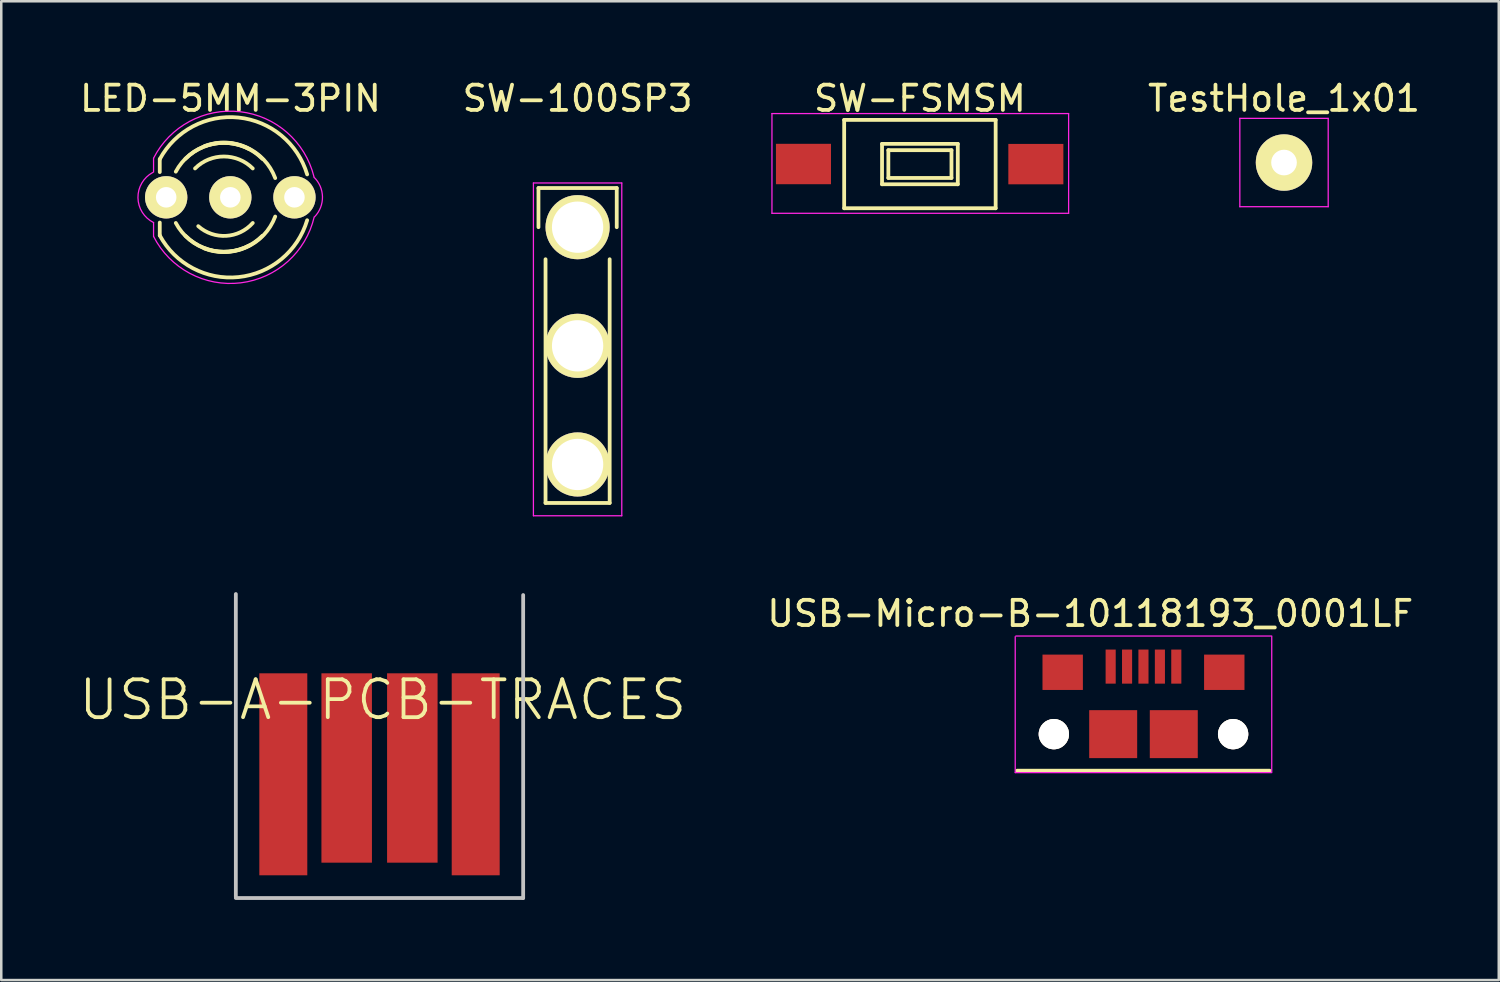
<source format=kicad_pcb>
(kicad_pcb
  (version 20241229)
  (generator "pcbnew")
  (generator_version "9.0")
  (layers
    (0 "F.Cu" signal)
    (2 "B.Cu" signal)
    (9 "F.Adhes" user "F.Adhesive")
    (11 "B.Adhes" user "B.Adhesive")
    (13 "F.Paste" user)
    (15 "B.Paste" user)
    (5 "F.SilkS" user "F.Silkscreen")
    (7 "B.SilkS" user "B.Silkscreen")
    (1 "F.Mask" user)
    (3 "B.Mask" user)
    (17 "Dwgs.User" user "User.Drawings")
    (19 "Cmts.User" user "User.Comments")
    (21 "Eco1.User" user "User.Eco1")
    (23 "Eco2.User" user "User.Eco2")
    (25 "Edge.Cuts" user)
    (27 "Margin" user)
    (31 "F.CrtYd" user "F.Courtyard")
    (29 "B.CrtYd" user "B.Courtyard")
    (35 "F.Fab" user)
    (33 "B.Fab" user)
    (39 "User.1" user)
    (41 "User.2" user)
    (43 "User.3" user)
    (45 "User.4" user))
  (footprint "TestHole_1x01"
    (layer "F.Cu")
    (at 47.806 3.388)
    (property "Reference" "TestHole_1x01" (at 0 -2.54 0) (layer "F.SilkS") (effects (font (size 1 1) (thickness 0.15))))
    (attr through_hole)
    (fp_line (start -1.75 -1.75) (end -1.75 1.75) (stroke (width 0.05) (type solid)) (layer "F.CrtYd"))
    (fp_line (start -1.75 -1.75) (end 1.75 -1.75) (stroke (width 0.05) (type solid)) (layer "F.CrtYd"))
    (fp_line (start -1.75 1.75) (end 1.75 1.75) (stroke (width 0.05) (type solid)) (layer "F.CrtYd"))
    (fp_line (start 1.75 -1.75) (end 1.75 1.75) (stroke (width 0.05) (type solid)) (layer "F.CrtYd"))
    (pad "1" thru_hole circle (at 0 0) (size 2.235 2.235) (drill 1.016) (layers "*.Cu" "*.Mask" "F.SilkS")))
  (footprint "LED-5MM-3PIN"
    (layer "F.Cu")
    (at 3.532 4.765)
    (property "Reference" "LED-5MM-3PIN" (at 2.545 -3.917 0) (layer "F.SilkS") (effects (font (size 1 1) (thickness 0.15))))
    (attr through_hole)
    (fp_line (start -0.254 -1.51) (end -0.254 -1) (stroke (width 0.15) (type solid)) (layer "F.SilkS"))
    (fp_line (start -0.254 1) (end -0.254 1.51) (stroke (width 0.15) (type solid)) (layer "F.SilkS"))
    (fp_arc (start -0.254 -1.51) (mid 2.865841 -3.159171) (end 5.583388 -0.907925) (stroke (width 0.15) (type solid)) (layer "F.SilkS"))
    (fp_arc (start 0.381 -1.016) (mid 1.657382 -2.065459) (end 3.302 -1.905) (stroke (width 0.15) (type solid)) (layer "F.SilkS"))
    (fp_arc (start 0.762 -1.524) (mid 2.286 -2.155261) (end 3.81 -1.524) (stroke (width 0.15) (type solid)) (layer "F.SilkS"))
    (fp_arc (start 1.143 -1.143) (mid 2.286 -1.616446) (end 3.429 -1.143) (stroke (width 0.15) (type solid)) (layer "F.SilkS"))
    (fp_arc (start 1.524 -2.032) (mid 3.184026 -1.975656) (end 4.318 -0.762) (stroke (width 0.15) (type solid)) (layer "F.SilkS"))
    (fp_arc (start 3.302 1.905) (mid 1.657382 2.065459) (end 0.381 1.016) (stroke (width 0.15) (type solid)) (layer "F.SilkS"))
    (fp_arc (start 3.429 1.016) (mid 2.375803 1.526644) (end 1.27 1.143) (stroke (width 0.15) (type solid)) (layer "F.SilkS"))
    (fp_arc (start 3.81 1.524) (mid 2.286 2.155261) (end 0.762 1.524) (stroke (width 0.15) (type solid)) (layer "F.SilkS"))
    (fp_arc (start 4.318 0.762) (mid 3.184026 1.975656) (end 1.524 2.032) (stroke (width 0.15) (type solid)) (layer "F.SilkS"))
    (fp_arc (start 5.583388 0.907925) (mid 2.865841 3.159172) (end -0.254 1.51) (stroke (width 0.15) (type solid)) (layer "F.SilkS"))
    (fp_line (start -0.5 -1) (end -0.5 -1.55) (stroke (width 0.05) (type solid)) (layer "F.CrtYd"))
    (fp_line (start -0.5 1) (end -0.5 1.55) (stroke (width 0.05) (type solid)) (layer "F.CrtYd"))
    (fp_arc (start -0.5 -1.55) (mid 2.927211 -3.390305) (end 5.851209 -0.82462) (stroke (width 0.05) (type solid)) (layer "F.CrtYd"))
    (fp_arc (start -0.5 1) (mid -1.117885 0.018243) (end -0.532364 -0.983152) (stroke (width 0.05) (type solid)) (layer "F.CrtYd"))
    (fp_arc (start 5.85 -0.8) (mid 6.190158 -0.021213) (end 5.88 0.77) (stroke (width 0.05) (type solid)) (layer "F.CrtYd"))
    (fp_arc (start 5.862399 0.778308) (mid 2.95087 3.387519) (end -0.5 1.55) (stroke (width 0.05) (type solid)) (layer "F.CrtYd"))
    (pad "1" thru_hole circle (at 0 0 180) (size 1.676 1.676) (drill 0.813) (layers "*.Cu" "*.Mask" "F.SilkS"))
    (pad "2" thru_hole circle (at 2.54 0 180) (size 1.676 1.676) (drill 0.813) (layers "*.Cu" "*.Mask" "F.SilkS"))
    (pad "3" thru_hole circle (at 5.08 0 180) (size 1.676 1.676) (drill 0.813) (layers "*.Cu" "*.Mask" "F.SilkS")))
  (footprint "USB-Micro-B-10118193_0001LF"
    (layer "F.Cu")
    (at 42.24 26.027)
    (property "Reference" "USB-Micro-B-10118193_0001LF" (at -2.108 -4.775 0) (layer "F.SilkS") (effects (font (size 1 1) (thickness 0.15))))
    (attr smd)
    (fp_line (start -5.004 1.448) (end 4.996 1.448) (stroke (width 0.15) (type solid)) (layer "F.SilkS"))
    (fp_line (start -5.08 -3.861) (end -5.08 1.524) (stroke (width 0.05) (type solid)) (layer "F.CrtYd"))
    (fp_line (start 5.055 1.524) (end -5.08 1.524) (stroke (width 0.05) (type solid)) (layer "F.CrtYd"))
    (fp_line (start 5.08 -3.886) (end -5.055 -3.886) (stroke (width 0.05) (type solid)) (layer "F.CrtYd"))
    (fp_line (start 5.08 -3.861) (end 5.08 1.524) (stroke (width 0.05) (type solid)) (layer "F.CrtYd"))
    (pad "1" smd rect (at -1.3 -2.675 90) (size 1.35 0.4) (layers "F.Cu" "F.Mask" "F.Paste"))
    (pad "2" smd rect (at -0.65 -2.675 90) (size 1.35 0.4) (layers "F.Cu" "F.Mask" "F.Paste"))
    (pad "3" smd rect (at -0.001 -2.675 90) (size 1.35 0.4) (layers "F.Cu" "F.Mask" "F.Paste"))
    (pad "4" smd rect (at 0.65 -2.675 90) (size 1.35 0.4) (layers "F.Cu" "F.Mask" "F.Paste"))
    (pad "5" smd rect (at 1.3 -2.675 90) (size 1.35 0.4) (layers "F.Cu" "F.Mask" "F.Paste"))
    (pad "6" thru_hole circle (at -3.55 0 90) (size 1.2 1.2) (drill 1.2) (layers "*.Cu" "*.Mask" "F.SilkS"))
    (pad "6" smd rect (at -3.2 -2.45 90) (size 1.4 1.6) (layers "F.Cu" "F.Mask" "F.Paste"))
    (pad "6" smd rect (at -1.2 0 90) (size 1.9 1.9) (layers "F.Cu" "F.Mask" "F.Paste"))
    (pad "6" smd rect (at 1.2 0 90) (size 1.9 1.9) (layers "F.Cu" "F.Mask" "F.Paste"))
    (pad "6" smd rect (at 3.2 -2.45 90) (size 1.4 1.6) (layers "F.Cu" "F.Mask" "F.Paste"))
    (pad "6" thru_hole circle (at 3.55 0 90) (size 1.2 1.2) (drill 1.2) (layers "*.Cu" "*.Mask" "F.SilkS")))
  (footprint "SW-FSMSM"
    (layer "F.Cu")
    (at 33.375 3.448)
    (property "Reference" "SW-FSMSM" (at 0.01 -2.6 0) (layer "F.SilkS") (effects (font (size 1 1) (thickness 0.15))))
    (attr smd)
    (fp_line (start -2.99 -1.75) (end -2.99 1.75) (stroke (width 0.15) (type solid)) (layer "F.SilkS"))
    (fp_line (start -2.99 -1.75) (end 3.01 -1.75) (stroke (width 0.15) (type solid)) (layer "F.SilkS"))
    (fp_line (start -2.99 1.75) (end 3.01 1.75) (stroke (width 0.15) (type solid)) (layer "F.SilkS"))
    (fp_line (start -1.49 -0.8) (end -1.49 0.8) (stroke (width 0.15) (type solid)) (layer "F.SilkS"))
    (fp_line (start -1.49 -0.8) (end 1.51 -0.8) (stroke (width 0.15) (type solid)) (layer "F.SilkS"))
    (fp_line (start -1.49 0.8) (end 1.51 0.8) (stroke (width 0.15) (type solid)) (layer "F.SilkS"))
    (fp_line (start -1.24 -0.55) (end 1.26 -0.55) (stroke (width 0.15) (type solid)) (layer "F.SilkS"))
    (fp_line (start -1.24 0.55) (end -1.24 -0.55) (stroke (width 0.15) (type solid)) (layer "F.SilkS"))
    (fp_line (start 1.26 -0.55) (end 1.26 0.55) (stroke (width 0.15) (type solid)) (layer "F.SilkS"))
    (fp_line (start 1.26 0.55) (end -1.24 0.55) (stroke (width 0.15) (type solid)) (layer "F.SilkS"))
    (fp_line (start 1.51 -0.8) (end 1.51 0.8) (stroke (width 0.15) (type solid)) (layer "F.SilkS"))
    (fp_line (start 3.01 -1.75) (end 3.01 1.75) (stroke (width 0.15) (type solid)) (layer "F.SilkS"))
    (fp_line (start -5.85 -2) (end -5.85 1.95) (stroke (width 0.05) (type solid)) (layer "F.CrtYd"))
    (fp_line (start -5.85 -2) (end 5.9 -2) (stroke (width 0.05) (type solid)) (layer "F.CrtYd"))
    (fp_line (start -5.85 1.95) (end 5.9 1.95) (stroke (width 0.05) (type solid)) (layer "F.CrtYd"))
    (fp_line (start 5.9 -2) (end 5.9 1.95) (stroke (width 0.05) (type solid)) (layer "F.CrtYd"))
    (pad "1" smd rect (at -4.602 -0.002) (size 2.18 1.6) (layers "F.Cu" "F.Mask" "F.Paste"))
    (pad "2" smd rect (at 4.602 0.002) (size 2.18 1.6) (layers "F.Cu" "F.Mask" "F.Paste")))
  (footprint "SW-100SP3"
    (layer "F.Cu")
    (at 19.827 5.948)
    (property "Reference" "SW-100SP3" (at 0 -5.1 0) (layer "F.SilkS") (effects (font (size 1 1) (thickness 0.15))))
    (attr through_hole)
    (fp_line (start -1.55 -1.55) (end 1.55 -1.55) (stroke (width 0.15) (type solid)) (layer "F.SilkS"))
    (fp_line (start -1.55 0) (end -1.55 -1.55) (stroke (width 0.15) (type solid)) (layer "F.SilkS"))
    (fp_line (start -1.27 10.922) (end -1.27 1.27) (stroke (width 0.15) (type solid)) (layer "F.SilkS"))
    (fp_line (start 1.27 1.27) (end 1.27 10.922) (stroke (width 0.15) (type solid)) (layer "F.SilkS"))
    (fp_line (start 1.27 10.922) (end -1.27 10.922) (stroke (width 0.15) (type solid)) (layer "F.SilkS"))
    (fp_line (start 1.55 -1.55) (end 1.55 0) (stroke (width 0.15) (type solid)) (layer "F.SilkS"))
    (fp_line (start -1.75 -1.75) (end -1.75 11.43) (stroke (width 0.05) (type solid)) (layer "F.CrtYd"))
    (fp_line (start -1.75 -1.75) (end 1.75 -1.75) (stroke (width 0.05) (type solid)) (layer "F.CrtYd"))
    (fp_line (start -1.75 11.43) (end 1.75 11.43) (stroke (width 0.05) (type solid)) (layer "F.CrtYd"))
    (fp_line (start 1.75 -1.75) (end 1.75 11.43) (stroke (width 0.05) (type solid)) (layer "F.CrtYd"))
    (pad "1" thru_hole circle (at 0 0) (size 2.54 2.54) (drill 2.032) (layers "*.Cu" "*.Mask" "F.SilkS"))
    (pad "2" thru_hole circle (at 0 4.699) (size 2.54 2.54) (drill 2.032) (layers "*.Cu" "*.Mask" "F.SilkS"))
    (pad "3" thru_hole circle (at 0 9.398) (size 2.54 2.54) (drill 2.032) (layers "*.Cu" "*.Mask" "F.SilkS")))
  (footprint "USB-A-PCB-TRACES"
    (layer "F.Cu")
    (at 11.981 32.518)
    (property "Reference" "USB-A-PCB-TRACES" (at 0.13 -7.85 0) (layer "F.SilkS") (effects (font (size 1.5 1.5) (thickness 0.15))))
    (attr exclude_from_pos_files exclude_from_bom)
    (fp_line (start -5.69 -0.04) (end -5.69 -12.04) (stroke (width 0.15) (type solid)) (layer "Dwgs.User"))
    (fp_line (start 5.69 0) (end -5.69 0) (stroke (width 0.15) (type solid)) (layer "Dwgs.User"))
    (fp_line (start 5.69 0) (end 5.69 -12) (stroke (width 0.15) (type solid)) (layer "Dwgs.User"))
    (pad "1" connect rect (at 3.81 -4.9) (size 1.9 8) (layers "F.Cu" "F.Mask"))
    (pad "2" connect rect (at 1.3 -5.15) (size 2 7.5) (layers "F.Cu" "F.Mask"))
    (pad "3" connect rect (at -1.3 -5.15) (size 2 7.5) (layers "F.Cu" "F.Mask"))
    (pad "4" connect rect (at -3.81 -4.9) (size 1.9 8) (layers "F.Cu" "F.Mask")))
  (gr_rect
    (start -3 -3)
    (end 56.312 35.768)
    (stroke (width 0.1) (type default))
    (fill no)
    (layer "Edge.Cuts")))
</source>
